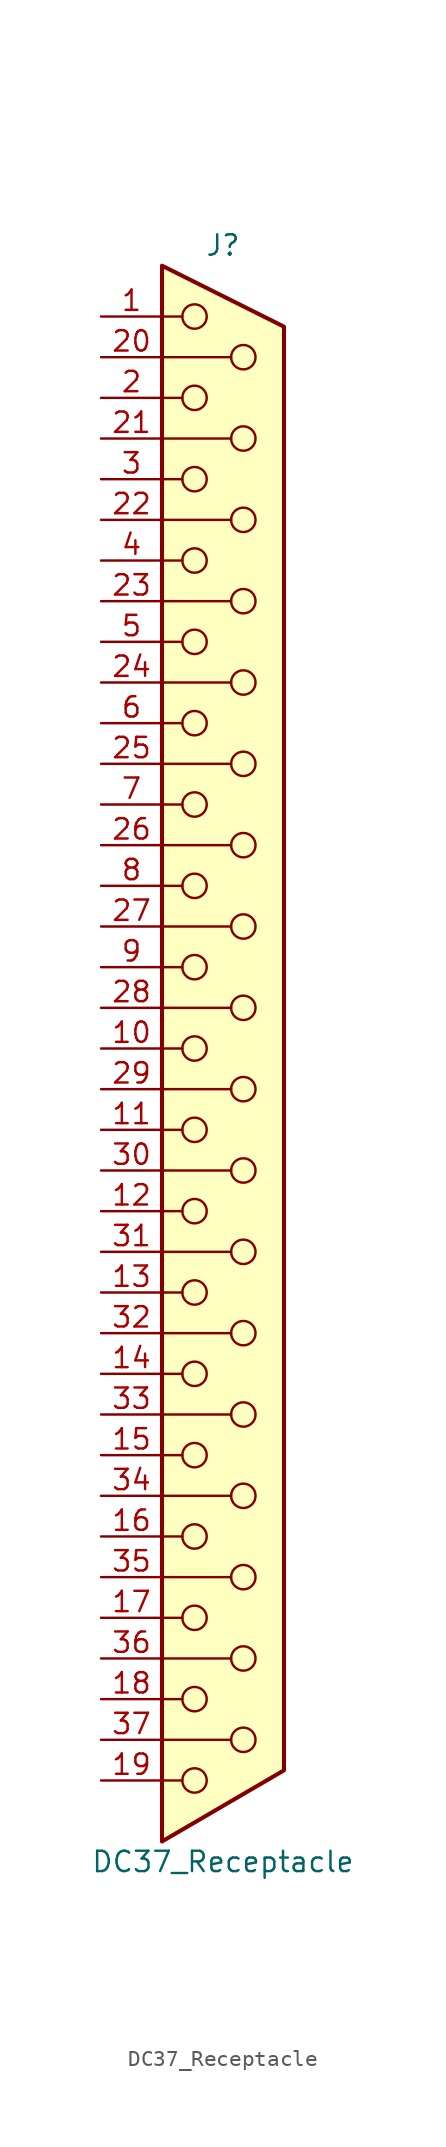
<source format=kicad_sym>
(kicad_symbol_lib
  (version 20220914)
  (generator kicad_symbol_editor)
  (symbol "DC37_Receptacle"
    (pin_names
      (offset 1.016) hide)
    (property "Reference" "J"
      (at 0 50.165 0)
      (effects (font (size 1.27 1.27))))
    (property "Value" "DC37_Receptacle"
      (at 0 -50.8 0)
      (effects (font (size 1.27 1.27))))
    (symbol "DC37_Receptacle_0_1"
      (circle (center -1.778 -45.72) (radius 0.762) (stroke (width 0) (type default)) (fill (type none)))
      (circle (center -1.778 -40.64) (radius 0.762) (stroke (width 0) (type default)) (fill (type none)))
      (circle (center -1.778 -35.56) (radius 0.762) (stroke (width 0) (type default)) (fill (type none)))
      (circle (center -1.778 -30.48) (radius 0.762) (stroke (width 0) (type default)) (fill (type none)))
      (circle (center -1.778 -25.4) (radius 0.762) (stroke (width 0) (type default)) (fill (type none)))
      (circle (center -1.778 -20.32) (radius 0.762) (stroke (width 0) (type default)) (fill (type none)))
      (circle (center -1.778 -15.24) (radius 0.762) (stroke (width 0) (type default)) (fill (type none)))
      (circle (center -1.778 -10.16) (radius 0.762) (stroke (width 0) (type default)) (fill (type none)))
      (circle (center -1.778 -5.08) (radius 0.762) (stroke (width 0) (type default)) (fill (type none)))
      (circle (center -1.778 0) (radius 0.762) (stroke (width 0) (type default)) (fill (type none)))
      (circle (center -1.778 5.08) (radius 0.762) (stroke (width 0) (type default)) (fill (type none)))
      (circle (center -1.778 10.16) (radius 0.762) (stroke (width 0) (type default)) (fill (type none)))
      (circle (center -1.778 15.24) (radius 0.762) (stroke (width 0) (type default)) (fill (type none)))
      (circle (center -1.778 20.32) (radius 0.762) (stroke (width 0) (type default)) (fill (type none)))
      (circle (center -1.778 25.4) (radius 0.762) (stroke (width 0) (type default)) (fill (type none)))
      (circle (center -1.778 30.48) (radius 0.762) (stroke (width 0) (type default)) (fill (type none)))
      (circle (center -1.778 35.56) (radius 0.762) (stroke (width 0) (type default)) (fill (type none)))
      (circle (center -1.778 40.64) (radius 0.762) (stroke (width 0) (type default)) (fill (type none)))
      (circle (center -1.778 45.72) (radius 0.762) (stroke (width 0) (type default)) (fill (type none)))
      (polyline (pts (xy -3.81 -45.72) (xy -2.54 -45.72)) (stroke (width 0) (type default)) (fill (type none)))
      (polyline (pts (xy -3.81 -43.18) (xy 0.508 -43.18)) (stroke (width 0) (type default)) (fill (type none)))
      (polyline (pts (xy -3.81 -40.64) (xy -2.54 -40.64)) (stroke (width 0) (type default)) (fill (type none)))
      (polyline (pts (xy -3.81 -38.1) (xy 0.508 -38.1)) (stroke (width 0) (type default)) (fill (type none)))
      (polyline (pts (xy -3.81 -35.56) (xy -2.54 -35.56)) (stroke (width 0) (type default)) (fill (type none)))
      (polyline (pts (xy -3.81 -33.02) (xy 0.508 -33.02)) (stroke (width 0) (type default)) (fill (type none)))
      (polyline (pts (xy -3.81 -30.48) (xy -2.54 -30.48)) (stroke (width 0) (type default)) (fill (type none)))
      (polyline (pts (xy -3.81 -27.94) (xy 0.508 -27.94)) (stroke (width 0) (type default)) (fill (type none)))
      (polyline (pts (xy -3.81 -25.4) (xy -2.54 -25.4)) (stroke (width 0) (type default)) (fill (type none)))
      (polyline (pts (xy -3.81 -22.86) (xy 0.508 -22.86)) (stroke (width 0) (type default)) (fill (type none)))
      (polyline (pts (xy -3.81 -20.32) (xy -2.54 -20.32)) (stroke (width 0) (type default)) (fill (type none)))
      (polyline (pts (xy -3.81 -17.78) (xy 0.508 -17.78)) (stroke (width 0) (type default)) (fill (type none)))
      (polyline (pts (xy -3.81 -15.24) (xy -2.54 -15.24)) (stroke (width 0) (type default)) (fill (type none)))
      (polyline (pts (xy -3.81 -12.7) (xy 0.508 -12.7)) (stroke (width 0) (type default)) (fill (type none)))
      (polyline (pts (xy -3.81 -10.16) (xy -2.54 -10.16)) (stroke (width 0) (type default)) (fill (type none)))
      (polyline (pts (xy -3.81 -7.62) (xy 0.508 -7.62)) (stroke (width 0) (type default)) (fill (type none)))
      (polyline (pts (xy -3.81 -5.08) (xy -2.54 -5.08)) (stroke (width 0) (type default)) (fill (type none)))
      (polyline (pts (xy -3.81 -2.54) (xy 0.508 -2.54)) (stroke (width 0) (type default)) (fill (type none)))
      (polyline (pts (xy -3.81 0) (xy -2.54 0)) (stroke (width 0) (type default)) (fill (type none)))
      (polyline (pts (xy -3.81 2.54) (xy 0.508 2.54)) (stroke (width 0) (type default)) (fill (type none)))
      (polyline (pts (xy -3.81 5.08) (xy -2.54 5.08)) (stroke (width 0) (type default)) (fill (type none)))
      (polyline (pts (xy -3.81 7.62) (xy 0.508 7.62)) (stroke (width 0) (type default)) (fill (type none)))
      (polyline (pts (xy -3.81 10.16) (xy -2.54 10.16)) (stroke (width 0) (type default)) (fill (type none)))
      (polyline (pts (xy -3.81 12.7) (xy 0.508 12.7)) (stroke (width 0) (type default)) (fill (type none)))
      (polyline (pts (xy -3.81 15.24) (xy -2.54 15.24)) (stroke (width 0) (type default)) (fill (type none)))
      (polyline (pts (xy -3.81 17.78) (xy 0.508 17.78)) (stroke (width 0) (type default)) (fill (type none)))
      (polyline (pts (xy -3.81 20.32) (xy -2.54 20.32)) (stroke (width 0) (type default)) (fill (type none)))
      (polyline (pts (xy -3.81 22.86) (xy 0.508 22.86)) (stroke (width 0) (type default)) (fill (type none)))
      (polyline (pts (xy -3.81 25.4) (xy -2.54 25.4)) (stroke (width 0) (type default)) (fill (type none)))
      (polyline (pts (xy -3.81 27.94) (xy 0.508 27.94)) (stroke (width 0) (type default)) (fill (type none)))
      (polyline (pts (xy -3.81 30.48) (xy -2.54 30.48)) (stroke (width 0) (type default)) (fill (type none)))
      (polyline (pts (xy -3.81 33.02) (xy 0.508 33.02)) (stroke (width 0) (type default)) (fill (type none)))
      (polyline (pts (xy -3.81 35.56) (xy -2.54 35.56)) (stroke (width 0) (type default)) (fill (type none)))
      (polyline (pts (xy -3.81 38.1) (xy 0.508 38.1)) (stroke (width 0) (type default)) (fill (type none)))
      (polyline (pts (xy -3.81 40.64) (xy -2.54 40.64)) (stroke (width 0) (type default)) (fill (type none)))
      (polyline (pts (xy -3.81 43.18) (xy 0.508 43.18)) (stroke (width 0) (type default)) (fill (type none)))
      (polyline (pts (xy -3.81 45.72) (xy -2.54 45.72)) (stroke (width 0) (type default)) (fill (type none)))
      (polyline (pts (xy -3.81 -49.53) (xy 3.81 -45.085) (xy 3.81 45.085) (xy -3.81 48.895) (xy -3.81 -49.53)) (stroke (width 0.254) (type default)) (fill (type background)))
      (circle (center 1.27 -43.18) (radius 0.762) (stroke (width 0) (type default)) (fill (type none)))
      (circle (center 1.27 -38.1) (radius 0.762) (stroke (width 0) (type default)) (fill (type none)))
      (circle (center 1.27 -33.02) (radius 0.762) (stroke (width 0) (type default)) (fill (type none)))
      (circle (center 1.27 -27.94) (radius 0.762) (stroke (width 0) (type default)) (fill (type none)))
      (circle (center 1.27 -22.86) (radius 0.762) (stroke (width 0) (type default)) (fill (type none)))
      (circle (center 1.27 -17.78) (radius 0.762) (stroke (width 0) (type default)) (fill (type none)))
      (circle (center 1.27 -12.7) (radius 0.762) (stroke (width 0) (type default)) (fill (type none)))
      (circle (center 1.27 -7.62) (radius 0.762) (stroke (width 0) (type default)) (fill (type none)))
      (circle (center 1.27 -2.54) (radius 0.762) (stroke (width 0) (type default)) (fill (type none)))
      (circle (center 1.27 2.54) (radius 0.762) (stroke (width 0) (type default)) (fill (type none)))
      (circle (center 1.27 7.62) (radius 0.762) (stroke (width 0) (type default)) (fill (type none)))
      (circle (center 1.27 12.7) (radius 0.762) (stroke (width 0) (type default)) (fill (type none)))
      (circle (center 1.27 17.78) (radius 0.762) (stroke (width 0) (type default)) (fill (type none)))
      (circle (center 1.27 22.86) (radius 0.762) (stroke (width 0) (type default)) (fill (type none)))
      (circle (center 1.27 27.94) (radius 0.762) (stroke (width 0) (type default)) (fill (type none)))
      (circle (center 1.27 33.02) (radius 0.762) (stroke (width 0) (type default)) (fill (type none)))
      (circle (center 1.27 38.1) (radius 0.762) (stroke (width 0) (type default)) (fill (type none)))
      (circle (center 1.27 43.18) (radius 0.762) (stroke (width 0) (type default)) (fill (type none))))
    (symbol "DC37_Receptacle_1_1"
      (pin passive line (at -7.62 45.72 0) (length 3.81) (name "1" (effects (font (size 1.27 1.27)))) (number "1" (effects (font (size 1.27 1.27)))))
      (pin passive line (at -7.62 0 0) (length 3.81) (name "10" (effects (font (size 1.27 1.27)))) (number "10" (effects (font (size 1.27 1.27)))))
      (pin passive line (at -7.62 -5.08 0) (length 3.81) (name "11" (effects (font (size 1.27 1.27)))) (number "11" (effects (font (size 1.27 1.27)))))
      (pin passive line (at -7.62 -10.16 0) (length 3.81) (name "12" (effects (font (size 1.27 1.27)))) (number "12" (effects (font (size 1.27 1.27)))))
      (pin passive line (at -7.62 -15.24 0) (length 3.81) (name "13" (effects (font (size 1.27 1.27)))) (number "13" (effects (font (size 1.27 1.27)))))
      (pin passive line (at -7.62 -20.32 0) (length 3.81) (name "14" (effects (font (size 1.27 1.27)))) (number "14" (effects (font (size 1.27 1.27)))))
      (pin passive line (at -7.62 -25.4 0) (length 3.81) (name "15" (effects (font (size 1.27 1.27)))) (number "15" (effects (font (size 1.27 1.27)))))
      (pin passive line (at -7.62 -30.48 0) (length 3.81) (name "16" (effects (font (size 1.27 1.27)))) (number "16" (effects (font (size 1.27 1.27)))))
      (pin passive line (at -7.62 -35.56 0) (length 3.81) (name "17" (effects (font (size 1.27 1.27)))) (number "17" (effects (font (size 1.27 1.27)))))
      (pin passive line (at -7.62 -40.64 0) (length 3.81) (name "18" (effects (font (size 1.27 1.27)))) (number "18" (effects (font (size 1.27 1.27)))))
      (pin passive line (at -7.62 -45.72 0) (length 3.81) (name "19" (effects (font (size 1.27 1.27)))) (number "19" (effects (font (size 1.27 1.27)))))
      (pin passive line (at -7.62 40.64 0) (length 3.81) (name "2" (effects (font (size 1.27 1.27)))) (number "2" (effects (font (size 1.27 1.27)))))
      (pin passive line (at -7.62 43.18 0) (length 3.81) (name "20" (effects (font (size 1.27 1.27)))) (number "20" (effects (font (size 1.27 1.27)))))
      (pin passive line (at -7.62 38.1 0) (length 3.81) (name "21" (effects (font (size 1.27 1.27)))) (number "21" (effects (font (size 1.27 1.27)))))
      (pin passive line (at -7.62 33.02 0) (length 3.81) (name "22" (effects (font (size 1.27 1.27)))) (number "22" (effects (font (size 1.27 1.27)))))
      (pin passive line (at -7.62 27.94 0) (length 3.81) (name "23" (effects (font (size 1.27 1.27)))) (number "23" (effects (font (size 1.27 1.27)))))
      (pin passive line (at -7.62 22.86 0) (length 3.81) (name "24" (effects (font (size 1.27 1.27)))) (number "24" (effects (font (size 1.27 1.27)))))
      (pin passive line (at -7.62 17.78 0) (length 3.81) (name "25" (effects (font (size 1.27 1.27)))) (number "25" (effects (font (size 1.27 1.27)))))
      (pin passive line (at -7.62 12.7 0) (length 3.81) (name "26" (effects (font (size 1.27 1.27)))) (number "26" (effects (font (size 1.27 1.27)))))
      (pin passive line (at -7.62 7.62 0) (length 3.81) (name "27" (effects (font (size 1.27 1.27)))) (number "27" (effects (font (size 1.27 1.27)))))
      (pin passive line (at -7.62 2.54 0) (length 3.81) (name "28" (effects (font (size 1.27 1.27)))) (number "28" (effects (font (size 1.27 1.27)))))
      (pin passive line (at -7.62 -2.54 0) (length 3.81) (name "29" (effects (font (size 1.27 1.27)))) (number "29" (effects (font (size 1.27 1.27)))))
      (pin passive line (at -7.62 35.56 0) (length 3.81) (name "3" (effects (font (size 1.27 1.27)))) (number "3" (effects (font (size 1.27 1.27)))))
      (pin passive line (at -7.62 -7.62 0) (length 3.81) (name "30" (effects (font (size 1.27 1.27)))) (number "30" (effects (font (size 1.27 1.27)))))
      (pin passive line (at -7.62 -12.7 0) (length 3.81) (name "31" (effects (font (size 1.27 1.27)))) (number "31" (effects (font (size 1.27 1.27)))))
      (pin passive line (at -7.62 -17.78 0) (length 3.81) (name "32" (effects (font (size 1.27 1.27)))) (number "32" (effects (font (size 1.27 1.27)))))
      (pin passive line (at -7.62 -22.86 0) (length 3.81) (name "33" (effects (font (size 1.27 1.27)))) (number "33" (effects (font (size 1.27 1.27)))))
      (pin passive line (at -7.62 -27.94 0) (length 3.81) (name "34" (effects (font (size 1.27 1.27)))) (number "34" (effects (font (size 1.27 1.27)))))
      (pin passive line (at -7.62 -33.02 0) (length 3.81) (name "35" (effects (font (size 1.27 1.27)))) (number "35" (effects (font (size 1.27 1.27)))))
      (pin passive line (at -7.62 -38.1 0) (length 3.81) (name "36" (effects (font (size 1.27 1.27)))) (number "36" (effects (font (size 1.27 1.27)))))
      (pin passive line (at -7.62 -43.18 0) (length 3.81) (name "37" (effects (font (size 1.27 1.27)))) (number "37" (effects (font (size 1.27 1.27)))))
      (pin passive line (at -7.62 30.48 0) (length 3.81) (name "4" (effects (font (size 1.27 1.27)))) (number "4" (effects (font (size 1.27 1.27)))))
      (pin passive line (at -7.62 25.4 0) (length 3.81) (name "5" (effects (font (size 1.27 1.27)))) (number "5" (effects (font (size 1.27 1.27)))))
      (pin passive line (at -7.62 20.32 0) (length 3.81) (name "6" (effects (font (size 1.27 1.27)))) (number "6" (effects (font (size 1.27 1.27)))))
      (pin passive line (at -7.62 15.24 0) (length 3.81) (name "7" (effects (font (size 1.27 1.27)))) (number "7" (effects (font (size 1.27 1.27)))))
      (pin passive line (at -7.62 10.16 0) (length 3.81) (name "8" (effects (font (size 1.27 1.27)))) (number "8" (effects (font (size 1.27 1.27)))))
      (pin passive line (at -7.62 5.08 0) (length 3.81) (name "9" (effects (font (size 1.27 1.27)))) (number "9" (effects (font (size 1.27 1.27))))))))
</source>
